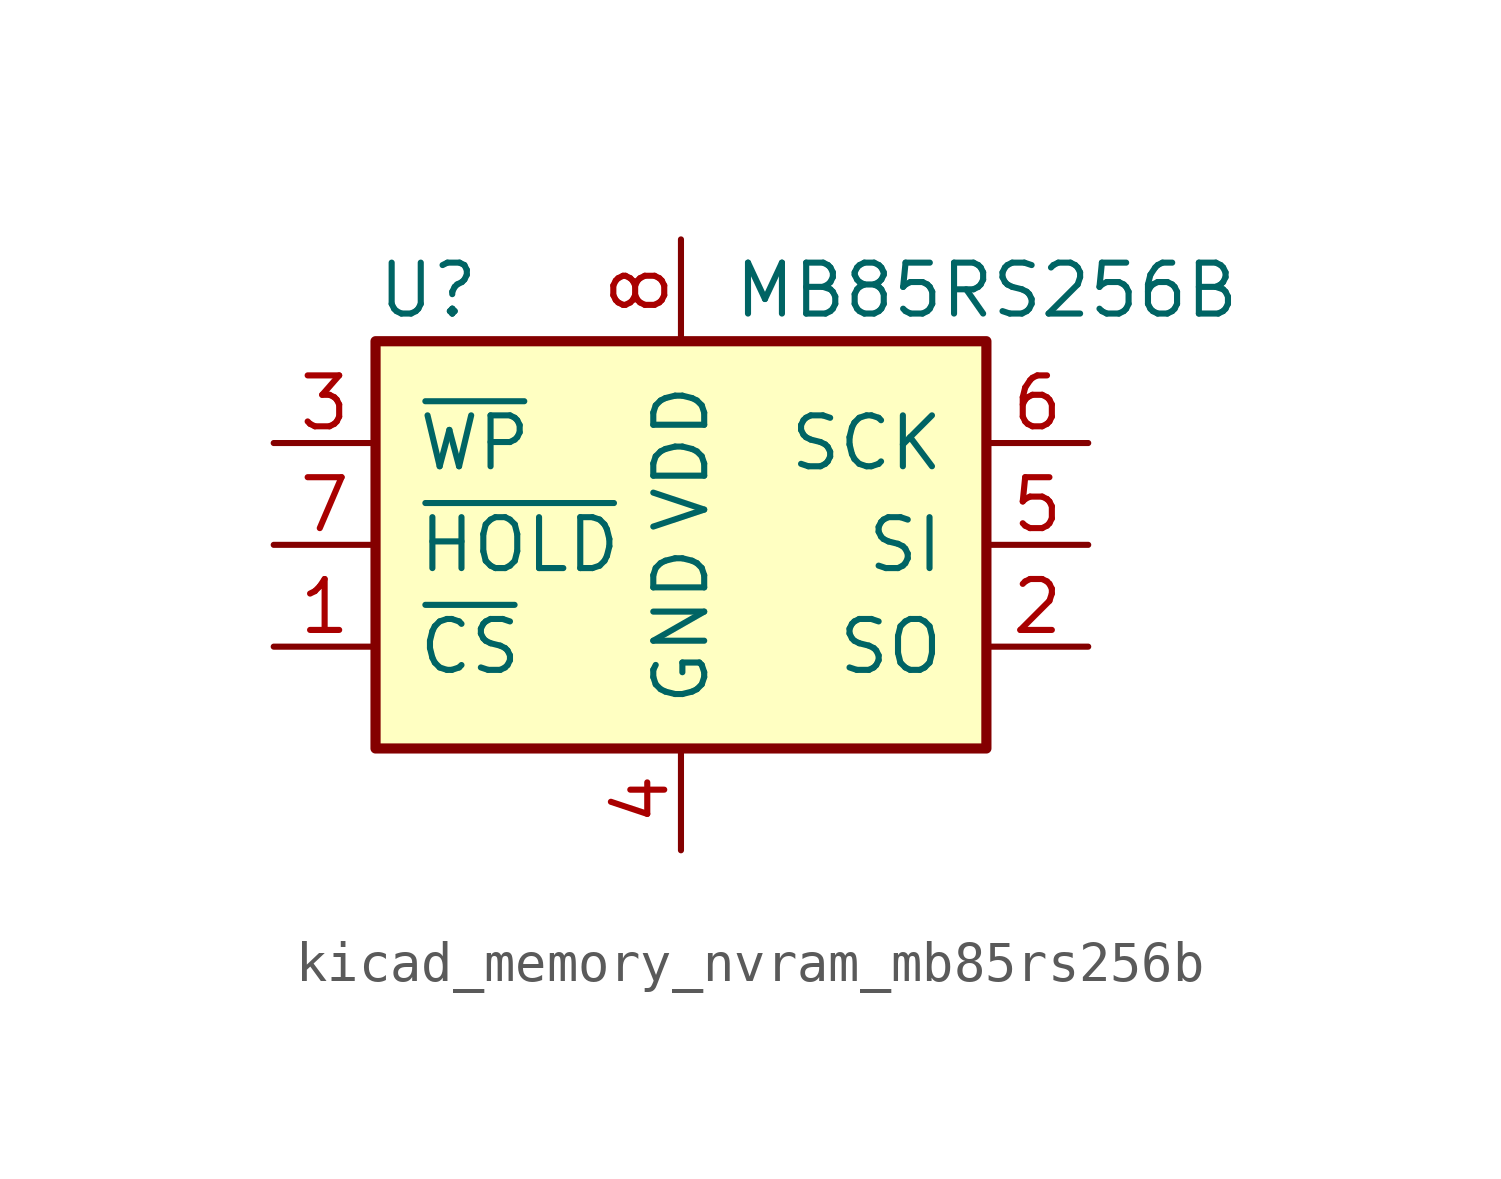
<source format=kicad_sym>
(kicad_symbol_lib
  (version 20220914)
  (generator kicad_symbol_editor)
  (symbol "kicad_memory_nvram_mb85rs256b"
    (pin_names
      (offset 1.016))
    (property "Reference" "U"
      (at -7.62 6.35 0)
      (effects (font (size 1.27 1.27)) (justify left)))
    (property "Value" "MB85RS256B"
      (at 1.27 6.35 0)
      (effects (font (size 1.27 1.27)) (justify left)))
    (symbol "kicad_memory_nvram_mb85rs256b_0_1"
      (rectangle (start -7.62 5.08) (end 7.62 -5.08) (stroke (width 0.254) (type default)) (fill (type background))))
    (symbol "kicad_memory_nvram_mb85rs256b_1_1"
      (pin input line (at -10.16 -2.54 0) (length 2.54) (name "~{CS}" (effects (font (size 1.27 1.27)))) (number "1" (effects (font (size 1.27 1.27)))))
      (pin output line (at 10.16 -2.54 180) (length 2.54) (name "SO" (effects (font (size 1.27 1.27)))) (number "2" (effects (font (size 1.27 1.27)))))
      (pin input line (at -10.16 2.54 0) (length 2.54) (name "~{WP}" (effects (font (size 1.27 1.27)))) (number "3" (effects (font (size 1.27 1.27)))))
      (pin power_in line (at 0 -7.62 90) (length 2.54) (name "GND" (effects (font (size 1.27 1.27)))) (number "4" (effects (font (size 1.27 1.27)))))
      (pin input line (at 10.16 0 180) (length 2.54) (name "SI" (effects (font (size 1.27 1.27)))) (number "5" (effects (font (size 1.27 1.27)))))
      (pin input line (at 10.16 2.54 180) (length 2.54) (name "SCK" (effects (font (size 1.27 1.27)))) (number "6" (effects (font (size 1.27 1.27)))))
      (pin input line (at -10.16 0 0) (length 2.54) (name "~{HOLD}" (effects (font (size 1.27 1.27)))) (number "7" (effects (font (size 1.27 1.27)))))
      (pin power_in line (at 0 7.62 270) (length 2.54) (name "VDD" (effects (font (size 1.27 1.27)))) (number "8" (effects (font (size 1.27 1.27))))))))
</source>
